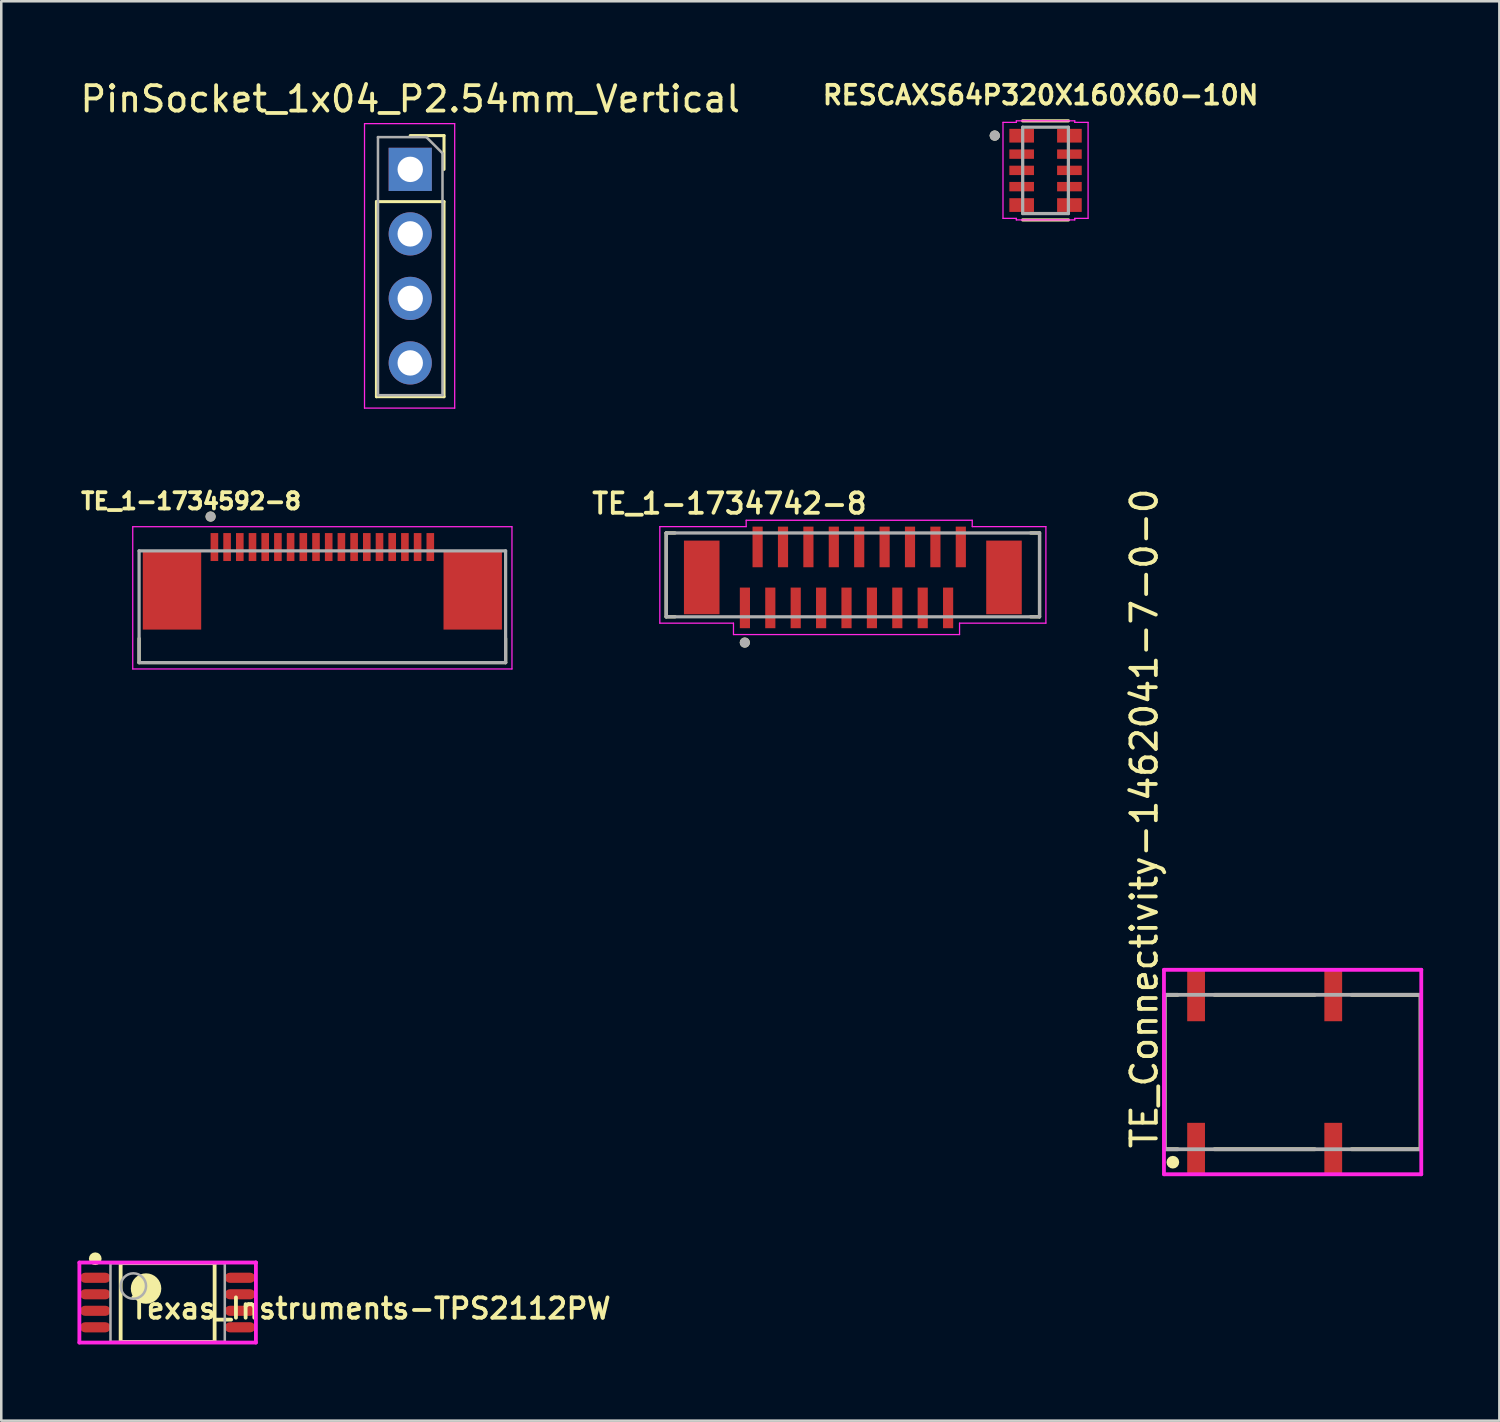
<source format=kicad_pcb>
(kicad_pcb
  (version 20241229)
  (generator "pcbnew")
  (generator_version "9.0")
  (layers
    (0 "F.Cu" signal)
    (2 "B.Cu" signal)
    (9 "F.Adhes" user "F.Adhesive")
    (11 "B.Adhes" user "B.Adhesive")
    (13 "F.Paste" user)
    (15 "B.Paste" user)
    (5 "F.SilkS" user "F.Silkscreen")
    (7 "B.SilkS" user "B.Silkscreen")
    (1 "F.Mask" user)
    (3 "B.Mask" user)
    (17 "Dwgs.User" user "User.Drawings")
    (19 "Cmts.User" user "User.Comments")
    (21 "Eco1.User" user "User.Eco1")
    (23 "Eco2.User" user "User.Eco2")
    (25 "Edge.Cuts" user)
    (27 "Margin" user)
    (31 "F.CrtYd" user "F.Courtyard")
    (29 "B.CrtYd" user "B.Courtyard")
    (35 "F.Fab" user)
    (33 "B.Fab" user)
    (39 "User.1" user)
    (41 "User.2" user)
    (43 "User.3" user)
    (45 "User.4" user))
  (footprint "PinSocket_1x04_P2.54mm_Vertical"
    (layer "F.Cu")
    (at 13.101 3.618)
    (property "Reference" "PinSocket_1x04_P2.54mm_Vertical" (at 0 -2.77 0) (layer "F.SilkS") (effects (font (size 1 1) (thickness 0.15))))
    (attr through_hole)
    (fp_line (start -1.33 1.27) (end -1.33 8.95) (stroke (width 0.12) (type solid)) (layer "F.SilkS"))
    (fp_line (start -1.33 1.27) (end 1.33 1.27) (stroke (width 0.12) (type solid)) (layer "F.SilkS"))
    (fp_line (start -1.33 8.95) (end 1.33 8.95) (stroke (width 0.12) (type solid)) (layer "F.SilkS"))
    (fp_line (start 0 -1.33) (end 1.33 -1.33) (stroke (width 0.12) (type solid)) (layer "F.SilkS"))
    (fp_line (start 1.33 -1.33) (end 1.33 0) (stroke (width 0.12) (type solid)) (layer "F.SilkS"))
    (fp_line (start 1.33 1.27) (end 1.33 8.95) (stroke (width 0.12) (type solid)) (layer "F.SilkS"))
    (fp_line (start -1.8 -1.8) (end 1.75 -1.8) (stroke (width 0.05) (type solid)) (layer "F.CrtYd"))
    (fp_line (start -1.8 9.4) (end -1.8 -1.8) (stroke (width 0.05) (type solid)) (layer "F.CrtYd"))
    (fp_line (start 1.75 -1.8) (end 1.75 9.4) (stroke (width 0.05) (type solid)) (layer "F.CrtYd"))
    (fp_line (start 1.75 9.4) (end -1.8 9.4) (stroke (width 0.05) (type solid)) (layer "F.CrtYd"))
    (fp_line (start -1.27 -1.27) (end 0.635 -1.27) (stroke (width 0.1) (type solid)) (layer "F.Fab"))
    (fp_line (start -1.27 8.89) (end -1.27 -1.27) (stroke (width 0.1) (type solid)) (layer "F.Fab"))
    (fp_line (start 0.635 -1.27) (end 1.27 -0.635) (stroke (width 0.1) (type solid)) (layer "F.Fab"))
    (fp_line (start 1.27 -0.635) (end 1.27 8.89) (stroke (width 0.1) (type solid)) (layer "F.Fab"))
    (fp_line (start 1.27 8.89) (end -1.27 8.89) (stroke (width 0.1) (type solid)) (layer "F.Fab"))
    (pad "1" thru_hole rect (at 0 0 180) (size 1.7 1.7) (drill 1) (layers "*.Cu" "*.Mask"))
    (pad "2" thru_hole oval (at 0 2.54 180) (size 1.7 1.7) (drill 1) (layers "*.Cu" "*.Mask"))
    (pad "3" thru_hole oval (at 0 5.08 180) (size 1.7 1.7) (drill 1) (layers "*.Cu" "*.Mask"))
    (pad "4" thru_hole oval (at 0 7.62 180) (size 1.7 1.7) (drill 1) (layers "*.Cu" "*.Mask")))
  (footprint "TE_1-1734742-8"
    (layer "F.Cu")
    (at 30.527 19.683)
    (property "Reference" "TE_1-1734742-8" (at -4.86 -2.908 0) (layer "F.SilkS") (effects (font (size 0.8 0.8) (thickness 0.15))))
    (fp_line (start -7.35 -1.75) (end -7.35 1.55) (stroke (width 0.127) (type solid)) (layer "F.SilkS"))
    (fp_line (start -7.35 1.55) (end -7 1.55) (stroke (width 0.127) (type solid)) (layer "F.SilkS"))
    (fp_line (start -7 -1.75) (end -7.35 -1.75) (stroke (width 0.127) (type solid)) (layer "F.SilkS"))
    (fp_line (start 7 -1.75) (end 7.35 -1.75) (stroke (width 0.127) (type solid)) (layer "F.SilkS"))
    (fp_line (start 7.35 -1.75) (end 7.35 1.55) (stroke (width 0.127) (type solid)) (layer "F.SilkS"))
    (fp_line (start 7.35 1.55) (end 7 1.55) (stroke (width 0.127) (type solid)) (layer "F.SilkS"))
    (fp_circle (center -4.254 2.565) (end -4.154 2.565) (stroke (width 0.2) (type solid)) (fill no) (layer "F.SilkS"))
    (fp_line (start -7.6 -2) (end -4.2 -2) (stroke (width 0.05) (type solid)) (layer "F.CrtYd"))
    (fp_line (start -7.6 1.8) (end -7.6 -2) (stroke (width 0.05) (type solid)) (layer "F.CrtYd"))
    (fp_line (start -4.7 1.8) (end -7.6 1.8) (stroke (width 0.05) (type solid)) (layer "F.CrtYd"))
    (fp_line (start -4.7 2.25) (end -4.7 1.8) (stroke (width 0.05) (type solid)) (layer "F.CrtYd"))
    (fp_line (start -4.2 -2.25) (end 4.7 -2.25) (stroke (width 0.05) (type solid)) (layer "F.CrtYd"))
    (fp_line (start -4.2 -2) (end -4.2 -2.25) (stroke (width 0.05) (type solid)) (layer "F.CrtYd"))
    (fp_line (start 4.2 1.8) (end 4.2 2.25) (stroke (width 0.05) (type solid)) (layer "F.CrtYd"))
    (fp_line (start 4.2 2.25) (end -4.7 2.25) (stroke (width 0.05) (type solid)) (layer "F.CrtYd"))
    (fp_line (start 4.7 -2.25) (end 4.7 -2) (stroke (width 0.05) (type solid)) (layer "F.CrtYd"))
    (fp_line (start 4.7 -2) (end 7.6 -2) (stroke (width 0.05) (type solid)) (layer "F.CrtYd"))
    (fp_line (start 7.6 -2) (end 7.6 1.8) (stroke (width 0.05) (type solid)) (layer "F.CrtYd"))
    (fp_line (start 7.6 1.8) (end 4.2 1.8) (stroke (width 0.05) (type solid)) (layer "F.CrtYd"))
    (fp_line (start -7.35 -1.75) (end 7.35 -1.75) (stroke (width 0.127) (type solid)) (layer "F.Fab"))
    (fp_line (start -7.35 1.55) (end -7.35 -1.75) (stroke (width 0.127) (type solid)) (layer "F.Fab"))
    (fp_line (start 7.35 -1.75) (end 7.35 1.55) (stroke (width 0.127) (type solid)) (layer "F.Fab"))
    (fp_line (start 7.35 1.55) (end -7.35 1.55) (stroke (width 0.127) (type solid)) (layer "F.Fab"))
    (fp_circle (center -4.254 2.565) (end -4.154 2.565) (stroke (width 0.2) (type solid)) (fill no) (layer "F.Fab"))
    (pad "1" smd rect (at -4.25 1.2) (size 0.4 1.6) (layers "F.Cu" "F.Mask" "F.Paste"))
    (pad "2" smd rect (at -3.75 -1.2) (size 0.4 1.6) (layers "F.Cu" "F.Mask" "F.Paste"))
    (pad "3" smd rect (at -3.25 1.2) (size 0.4 1.6) (layers "F.Cu" "F.Mask" "F.Paste"))
    (pad "4" smd rect (at -2.75 -1.2) (size 0.4 1.6) (layers "F.Cu" "F.Mask" "F.Paste"))
    (pad "5" smd rect (at -2.25 1.2) (size 0.4 1.6) (layers "F.Cu" "F.Mask" "F.Paste"))
    (pad "6" smd rect (at -1.75 -1.2) (size 0.4 1.6) (layers "F.Cu" "F.Mask" "F.Paste"))
    (pad "7" smd rect (at -1.25 1.2) (size 0.4 1.6) (layers "F.Cu" "F.Mask" "F.Paste"))
    (pad "8" smd rect (at -0.75 -1.2) (size 0.4 1.6) (layers "F.Cu" "F.Mask" "F.Paste"))
    (pad "9" smd rect (at -0.25 1.2) (size 0.4 1.6) (layers "F.Cu" "F.Mask" "F.Paste"))
    (pad "10" smd rect (at 0.25 -1.2) (size 0.4 1.6) (layers "F.Cu" "F.Mask" "F.Paste"))
    (pad "11" smd rect (at 0.75 1.2) (size 0.4 1.6) (layers "F.Cu" "F.Mask" "F.Paste"))
    (pad "12" smd rect (at 1.25 -1.2) (size 0.4 1.6) (layers "F.Cu" "F.Mask" "F.Paste"))
    (pad "13" smd rect (at 1.75 1.2) (size 0.4 1.6) (layers "F.Cu" "F.Mask" "F.Paste"))
    (pad "14" smd rect (at 2.25 -1.2) (size 0.4 1.6) (layers "F.Cu" "F.Mask" "F.Paste"))
    (pad "15" smd rect (at 2.75 1.2) (size 0.4 1.6) (layers "F.Cu" "F.Mask" "F.Paste"))
    (pad "16" smd rect (at 3.25 -1.2) (size 0.4 1.6) (layers "F.Cu" "F.Mask" "F.Paste"))
    (pad "17" smd rect (at 3.75 1.2) (size 0.4 1.6) (layers "F.Cu" "F.Mask" "F.Paste"))
    (pad "18" smd rect (at 4.25 -1.2) (size 0.4 1.6) (layers "F.Cu" "F.Mask" "F.Paste"))
    (pad "S1" smd rect (at -5.95 0) (size 1.4 2.9) (layers "F.Cu" "F.Mask" "F.Paste"))
    (pad "S2" smd rect (at 5.95 0) (size 1.4 2.9) (layers "F.Cu" "F.Mask" "F.Paste")))
  (footprint "TE_Connectivity-1462041-7-0-0"
    (layer "F.Cu")
    (at 47.84 39.156)
    (property "Reference" "TE_Connectivity-1462041-7-0-0" (at -5.84 3.09 270) (layer "F.SilkS") (effects (font (size 1 1) (thickness 0.15)) (justify left)))
    (attr through_hole)
    (fp_line (start -5.04 -3.04) (end -4.525 -3.04) (stroke (width 0.15) (type solid)) (layer "F.SilkS"))
    (fp_line (start -5.04 3.04) (end -5.04 -3.04) (stroke (width 0.15) (type solid)) (layer "F.SilkS"))
    (fp_line (start -5.04 3.04) (end -4.525 3.04) (stroke (width 0.15) (type solid)) (layer "F.SilkS"))
    (fp_line (start -3.075 -3.04) (end 0.875 -3.04) (stroke (width 0.15) (type solid)) (layer "F.SilkS"))
    (fp_line (start -3.075 3.04) (end 0.875 3.04) (stroke (width 0.15) (type solid)) (layer "F.SilkS"))
    (fp_line (start 2.325 -3.04) (end 5.04 -3.04) (stroke (width 0.15) (type solid)) (layer "F.SilkS"))
    (fp_line (start 2.325 3.04) (end 5.04 3.04) (stroke (width 0.15) (type solid)) (layer "F.SilkS"))
    (fp_line (start 5.04 3.04) (end 5.04 -3.04) (stroke (width 0.15) (type solid)) (layer "F.SilkS"))
    (fp_circle (center -4.715 3.55) (end -4.59 3.55) (stroke (width 0.25) (type solid)) (fill no) (layer "F.SilkS"))
    (fp_line (start -5.065 -4.025) (end -5.065 4.025) (stroke (width 0.15) (type solid)) (layer "F.CrtYd"))
    (fp_line (start -5.065 4.025) (end 5.065 4.025) (stroke (width 0.15) (type solid)) (layer "F.CrtYd"))
    (fp_line (start 5.065 -4.025) (end -5.065 -4.025) (stroke (width 0.15) (type solid)) (layer "F.CrtYd"))
    (fp_line (start 5.065 -4.025) (end 5.065 -4.025) (stroke (width 0.15) (type solid)) (layer "F.CrtYd"))
    (fp_line (start 5.065 4.025) (end 5.065 -4.025) (stroke (width 0.15) (type solid)) (layer "F.CrtYd"))
    (fp_line (start -5.04 -3.04) (end 5.04 -3.04) (stroke (width 0.15) (type solid)) (layer "F.Fab"))
    (fp_line (start -5.04 3.04) (end -5.04 -3.04) (stroke (width 0.15) (type solid)) (layer "F.Fab"))
    (fp_line (start 5.04 -3.04) (end 5.04 3.04) (stroke (width 0.15) (type solid)) (layer "F.Fab"))
    (fp_line (start 5.04 3.04) (end -5.04 3.04) (stroke (width 0.15) (type solid)) (layer "F.Fab"))
    (pad "1" smd rect (at -3.8 3) (size 0.7 2) (layers "F.Cu" "F.Mask" "F.Paste"))
    (pad "3" smd rect (at 1.6 3) (size 0.7 2) (layers "F.Cu" "F.Mask" "F.Paste"))
    (pad "6" smd rect (at 1.6 -3) (size 0.7 2) (layers "F.Cu" "F.Mask" "F.Paste"))
    (pad "8" smd rect (at -3.8 -3) (size 0.7 2) (layers "F.Cu" "F.Mask" "F.Paste")))
  (footprint "RESCAXS64P320X160X60-10N"
    (layer "F.Cu")
    (at 38.113 3.658)
    (property "Reference" "RESCAXS64P320X160X60-10N" (at -0.194 -2.963 0) (layer "F.SilkS") (effects (font (size 0.737 0.737) (thickness 0.15))))
    (fp_line (start -0.9 -1.95) (end 0.9 -1.95) (stroke (width 0.127) (type solid)) (layer "F.SilkS"))
    (fp_line (start 0.9 1.95) (end -0.9 1.95) (stroke (width 0.127) (type solid)) (layer "F.SilkS"))
    (fp_circle (center -2 -1.37) (end -1.9 -1.37) (stroke (width 0.2) (type solid)) (fill no) (layer "F.SilkS"))
    (fp_line (start -1.675 -1.89) (end -1.15 -1.89) (stroke (width 0.05) (type solid)) (layer "F.CrtYd"))
    (fp_line (start -1.675 1.89) (end -1.675 -1.89) (stroke (width 0.05) (type solid)) (layer "F.CrtYd"))
    (fp_line (start -1.675 1.89) (end -1.15 1.89) (stroke (width 0.05) (type solid)) (layer "F.CrtYd"))
    (fp_line (start -1.15 -1.95) (end 1.15 -1.95) (stroke (width 0.05) (type solid)) (layer "F.CrtYd"))
    (fp_line (start -1.15 -1.89) (end -1.15 -1.95) (stroke (width 0.05) (type solid)) (layer "F.CrtYd"))
    (fp_line (start -1.15 1.95) (end -1.15 1.89) (stroke (width 0.05) (type solid)) (layer "F.CrtYd"))
    (fp_line (start 1.15 -1.95) (end 1.15 -1.89) (stroke (width 0.05) (type solid)) (layer "F.CrtYd"))
    (fp_line (start 1.15 1.89) (end 1.15 1.95) (stroke (width 0.05) (type solid)) (layer "F.CrtYd"))
    (fp_line (start 1.15 1.95) (end -1.15 1.95) (stroke (width 0.05) (type solid)) (layer "F.CrtYd"))
    (fp_line (start 1.675 -1.89) (end 1.15 -1.89) (stroke (width 0.05) (type solid)) (layer "F.CrtYd"))
    (fp_line (start 1.675 -1.89) (end 1.675 1.89) (stroke (width 0.05) (type solid)) (layer "F.CrtYd"))
    (fp_line (start 1.675 1.89) (end 1.15 1.89) (stroke (width 0.05) (type solid)) (layer "F.CrtYd"))
    (fp_line (start -0.9 -1.7) (end 0.9 -1.7) (stroke (width 0.127) (type solid)) (layer "F.Fab"))
    (fp_line (start -0.9 1.7) (end -0.9 -1.7) (stroke (width 0.127) (type solid)) (layer "F.Fab"))
    (fp_line (start 0.9 -1.7) (end 0.9 1.7) (stroke (width 0.127) (type solid)) (layer "F.Fab"))
    (fp_line (start 0.9 1.7) (end -0.9 1.7) (stroke (width 0.127) (type solid)) (layer "F.Fab"))
    (fp_circle (center -2 -1.37) (end -1.9 -1.37) (stroke (width 0.2) (type solid)) (fill no) (layer "F.Fab"))
    (fp_circle (center -2 -1.37) (end -1.9 -1.37) (stroke (width 0.2) (type solid)) (fill no) (layer "F.Fab"))
    (pad "1" smd rect (at -0.94 -1.365) (size 0.97 0.54) (layers "F.Cu" "F.Mask" "F.Paste"))
    (pad "2" smd rect (at -0.94 -0.64) (size 0.97 0.37) (layers "F.Cu" "F.Mask" "F.Paste"))
    (pad "3" smd rect (at -0.94 0) (size 0.97 0.37) (layers "F.Cu" "F.Mask" "F.Paste"))
    (pad "4" smd rect (at -0.94 0.64) (size 0.97 0.37) (layers "F.Cu" "F.Mask" "F.Paste"))
    (pad "5" smd rect (at -0.94 1.365) (size 0.97 0.54) (layers "F.Cu" "F.Mask" "F.Paste"))
    (pad "6" smd rect (at 0.94 1.365) (size 0.97 0.54) (layers "F.Cu" "F.Mask" "F.Paste"))
    (pad "7" smd rect (at 0.94 0.64) (size 0.97 0.37) (layers "F.Cu" "F.Mask" "F.Paste"))
    (pad "8" smd rect (at 0.94 0) (size 0.97 0.37) (layers "F.Cu" "F.Mask" "F.Paste"))
    (pad "9" smd rect (at 0.94 -0.64) (size 0.97 0.37) (layers "F.Cu" "F.Mask" "F.Paste"))
    (pad "10" smd rect (at 0.94 -1.365) (size 0.97 0.54) (layers "F.Cu" "F.Mask" "F.Paste")))
  (footprint "Texas_Instruments-TPS2112PW"
    (layer "F.Cu")
    (at 3.55 48.231)
    (property "Reference" "Texas_Instruments-TPS2112PW" (at -1.524 0.235 0) (layer "F.SilkS") (effects (font (size 0.8 0.8) (thickness 0.15)) (justify left)))
    (fp_line (start -1.85 -1.55) (end 1.85 -1.55) (stroke (width 0.15) (type solid)) (layer "F.SilkS"))
    (fp_line (start -1.85 1.55) (end -1.85 -1.55) (stroke (width 0.15) (type solid)) (layer "F.SilkS"))
    (fp_line (start -1.85 1.55) (end 1.85 1.55) (stroke (width 0.15) (type solid)) (layer "F.SilkS"))
    (fp_line (start 1.85 1.55) (end 1.85 -1.55) (stroke (width 0.15) (type solid)) (layer "F.SilkS"))
    (fp_circle (center -2.85 -1.725) (end -2.725 -1.725) (stroke (width 0.25) (type solid)) (fill no) (layer "F.SilkS"))
    (fp_circle (center -0.85 -0.55) (end -0.55 -0.55) (stroke (width 0.6) (type solid)) (fill no) (layer "F.SilkS"))
    (fp_line (start -3.475 -1.575) (end -3.475 1.575) (stroke (width 0.15) (type solid)) (layer "F.CrtYd"))
    (fp_line (start -3.475 1.575) (end 3.475 1.575) (stroke (width 0.15) (type solid)) (layer "F.CrtYd"))
    (fp_line (start 3.475 -1.575) (end -3.475 -1.575) (stroke (width 0.15) (type solid)) (layer "F.CrtYd"))
    (fp_line (start 3.475 -1.575) (end 3.475 -1.575) (stroke (width 0.15) (type solid)) (layer "F.CrtYd"))
    (fp_line (start 3.475 1.575) (end 3.475 -1.575) (stroke (width 0.15) (type solid)) (layer "F.CrtYd"))
    (fp_line (start -2.25 -1.55) (end 2.25 -1.55) (stroke (width 0.1) (type solid)) (layer "F.Fab"))
    (fp_line (start -2.25 1.55) (end -2.25 -1.55) (stroke (width 0.1) (type solid)) (layer "F.Fab"))
    (fp_line (start -2.25 1.55) (end 2.25 1.55) (stroke (width 0.1) (type solid)) (layer "F.Fab"))
    (fp_line (start 2.25 1.55) (end 2.25 -1.55) (stroke (width 0.1) (type solid)) (layer "F.Fab"))
    (fp_circle (center -1.35 -0.65) (end -0.85 -0.65) (stroke (width 0.1) (type solid)) (fill no) (layer "F.Fab"))
    (pad "1" smd roundrect (at -2.85 -0.975 270) (size 0.4 1.2) (layers "F.Cu" "F.Mask" "F.Paste") (roundrect_rratio 0.5))
    (pad "2" smd roundrect (at -2.85 -0.325 270) (size 0.4 1.2) (layers "F.Cu" "F.Mask" "F.Paste") (roundrect_rratio 0.5))
    (pad "3" smd roundrect (at -2.85 0.325 270) (size 0.4 1.2) (layers "F.Cu" "F.Mask" "F.Paste") (roundrect_rratio 0.5))
    (pad "4" smd roundrect (at -2.85 0.975 270) (size 0.4 1.2) (layers "F.Cu" "F.Mask" "F.Paste") (roundrect_rratio 0.5))
    (pad "5" smd roundrect (at 2.85 0.975 270) (size 0.4 1.2) (layers "F.Cu" "F.Mask" "F.Paste") (roundrect_rratio 0.5))
    (pad "6" smd roundrect (at 2.85 0.325 270) (size 0.4 1.2) (layers "F.Cu" "F.Mask" "F.Paste") (roundrect_rratio 0.5))
    (pad "7" smd roundrect (at 2.85 -0.325 270) (size 0.4 1.2) (layers "F.Cu" "F.Mask" "F.Paste") (roundrect_rratio 0.5))
    (pad "8" smd roundrect (at 2.85 -0.975 270) (size 0.4 1.2) (layers "F.Cu" "F.Mask" "F.Paste") (roundrect_rratio 0.5)))
  (footprint "TE_1-1734592-8"
    (layer "F.Cu")
    (at 9.641 18.487)
    (property "Reference" "TE_1-1734592-8" (at -5.168 -1.806 0) (layer "F.SilkS") (effects (font (size 0.64 0.64) (thickness 0.15))))
    (attr through_hole)
    (fp_line (start -7.215 4.55) (end -7.215 3.6) (stroke (width 0.127) (type solid)) (layer "F.SilkS"))
    (fp_line (start -7.215 4.55) (end 7.215 4.55) (stroke (width 0.127) (type solid)) (layer "F.SilkS"))
    (fp_line (start 7.215 4.55) (end 7.215 3.6) (stroke (width 0.127) (type solid)) (layer "F.SilkS"))
    (fp_circle (center -4.4 -1.2) (end -4.3 -1.2) (stroke (width 0.2) (type solid)) (fill no) (layer "F.SilkS"))
    (fp_line (start -7.465 -0.8) (end -7.465 4.8) (stroke (width 0.05) (type solid)) (layer "F.CrtYd"))
    (fp_line (start -7.465 4.8) (end 7.465 4.8) (stroke (width 0.05) (type solid)) (layer "F.CrtYd"))
    (fp_line (start 7.465 -0.8) (end -7.465 -0.8) (stroke (width 0.05) (type solid)) (layer "F.CrtYd"))
    (fp_line (start 7.465 4.8) (end 7.465 -0.8) (stroke (width 0.05) (type solid)) (layer "F.CrtYd"))
    (fp_line (start -7.215 0.15) (end -7.215 4.55) (stroke (width 0.127) (type solid)) (layer "F.Fab"))
    (fp_line (start -7.215 4.55) (end 7.215 4.55) (stroke (width 0.127) (type solid)) (layer "F.Fab"))
    (fp_line (start 7.215 0.15) (end -7.215 0.15) (stroke (width 0.127) (type solid)) (layer "F.Fab"))
    (fp_line (start 7.215 4.55) (end 7.215 0.15) (stroke (width 0.127) (type solid)) (layer "F.Fab"))
    (fp_circle (center -4.4 -1.2) (end -4.3 -1.2) (stroke (width 0.2) (type solid)) (fill no) (layer "F.Fab"))
    (pad "1" smd rect (at -4.25 0) (size 0.3 1.1) (layers "F.Cu" "F.Mask" "F.Paste"))
    (pad "2" smd rect (at -3.75 0) (size 0.3 1.1) (layers "F.Cu" "F.Mask" "F.Paste"))
    (pad "3" smd rect (at -3.25 0) (size 0.3 1.1) (layers "F.Cu" "F.Mask" "F.Paste"))
    (pad "4" smd rect (at -2.75 0) (size 0.3 1.1) (layers "F.Cu" "F.Mask" "F.Paste"))
    (pad "5" smd rect (at -2.25 0) (size 0.3 1.1) (layers "F.Cu" "F.Mask" "F.Paste"))
    (pad "6" smd rect (at -1.75 0) (size 0.3 1.1) (layers "F.Cu" "F.Mask" "F.Paste"))
    (pad "7" smd rect (at -1.25 0) (size 0.3 1.1) (layers "F.Cu" "F.Mask" "F.Paste"))
    (pad "8" smd rect (at -0.75 0) (size 0.3 1.1) (layers "F.Cu" "F.Mask" "F.Paste"))
    (pad "9" smd rect (at -0.25 0) (size 0.3 1.1) (layers "F.Cu" "F.Mask" "F.Paste"))
    (pad "10" smd rect (at 0.25 0) (size 0.3 1.1) (layers "F.Cu" "F.Mask" "F.Paste"))
    (pad "11" smd rect (at 0.75 0) (size 0.3 1.1) (layers "F.Cu" "F.Mask" "F.Paste"))
    (pad "12" smd rect (at 1.25 0) (size 0.3 1.1) (layers "F.Cu" "F.Mask" "F.Paste"))
    (pad "13" smd rect (at 1.75 0) (size 0.3 1.1) (layers "F.Cu" "F.Mask" "F.Paste"))
    (pad "14" smd rect (at 2.25 0) (size 0.3 1.1) (layers "F.Cu" "F.Mask" "F.Paste"))
    (pad "15" smd rect (at 2.75 0) (size 0.3 1.1) (layers "F.Cu" "F.Mask" "F.Paste"))
    (pad "16" smd rect (at 3.25 0) (size 0.3 1.1) (layers "F.Cu" "F.Mask" "F.Paste"))
    (pad "17" smd rect (at 3.75 0) (size 0.3 1.1) (layers "F.Cu" "F.Mask" "F.Paste"))
    (pad "18" smd rect (at 4.25 0) (size 0.3 1.1) (layers "F.Cu" "F.Mask" "F.Paste"))
    (pad "S1" smd rect (at -5.92 1.7) (size 2.3 3.1) (layers "F.Cu" "F.Mask" "F.Paste"))
    (pad "S2" smd rect (at 5.92 1.7) (size 2.3 3.1) (layers "F.Cu" "F.Mask" "F.Paste")))
  (gr_rect
    (start -3 -3)
    (end 55.98 52.881)
    (stroke (width 0.1) (type default))
    (fill no)
    (layer "Edge.Cuts")))
</source>
